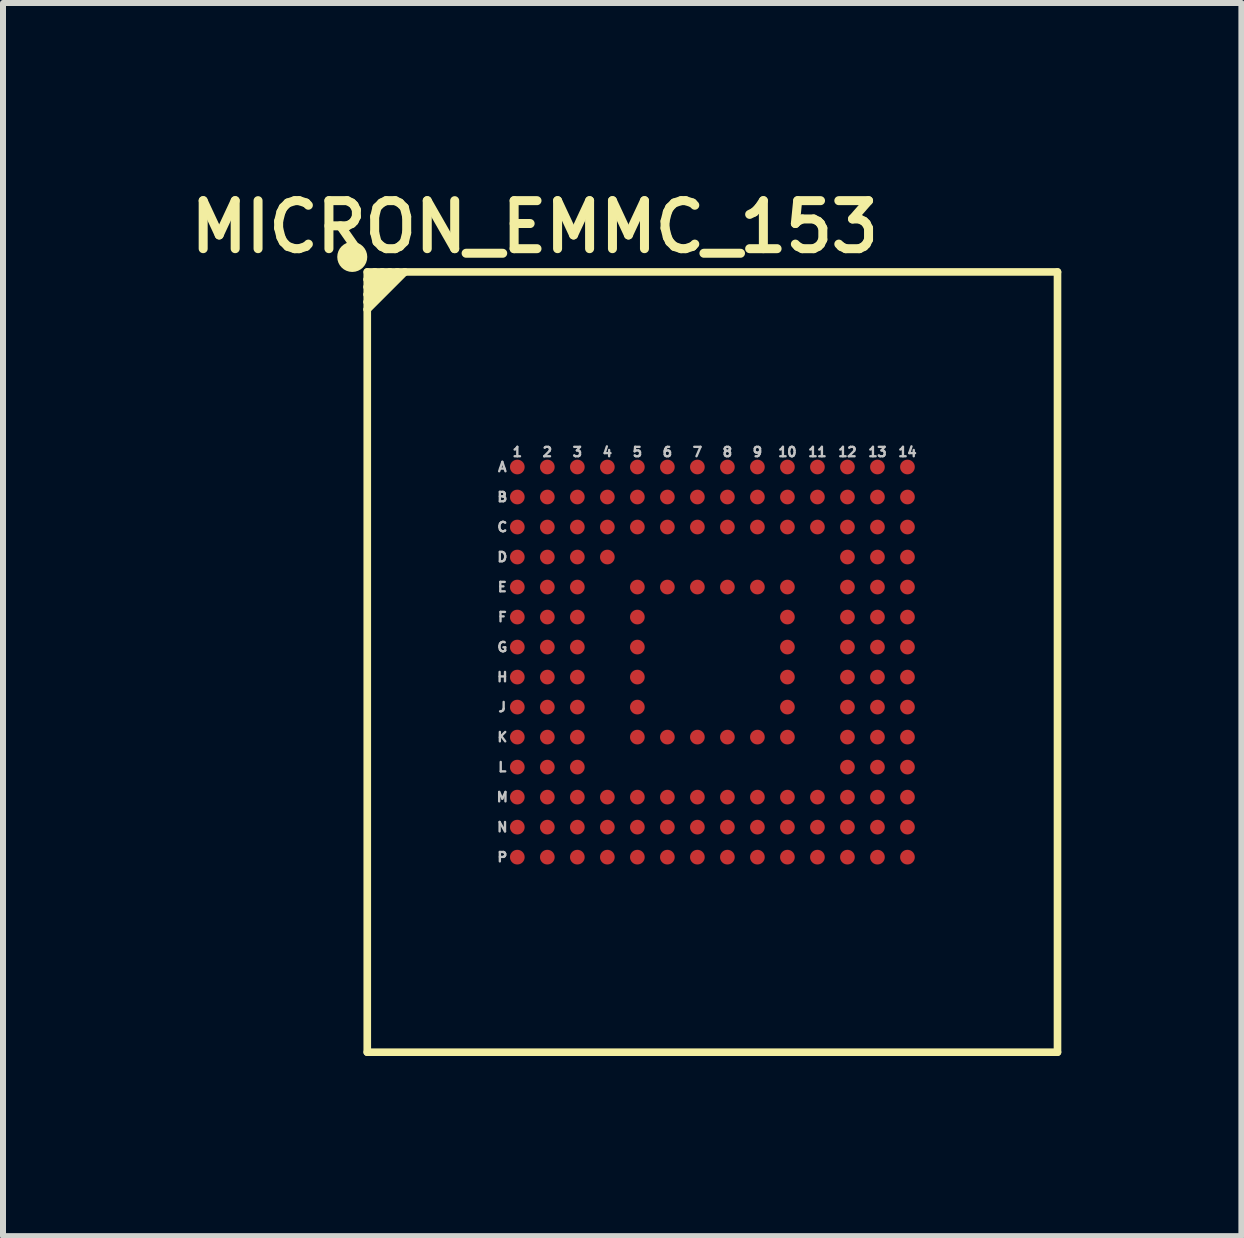
<source format=kicad_pcb>
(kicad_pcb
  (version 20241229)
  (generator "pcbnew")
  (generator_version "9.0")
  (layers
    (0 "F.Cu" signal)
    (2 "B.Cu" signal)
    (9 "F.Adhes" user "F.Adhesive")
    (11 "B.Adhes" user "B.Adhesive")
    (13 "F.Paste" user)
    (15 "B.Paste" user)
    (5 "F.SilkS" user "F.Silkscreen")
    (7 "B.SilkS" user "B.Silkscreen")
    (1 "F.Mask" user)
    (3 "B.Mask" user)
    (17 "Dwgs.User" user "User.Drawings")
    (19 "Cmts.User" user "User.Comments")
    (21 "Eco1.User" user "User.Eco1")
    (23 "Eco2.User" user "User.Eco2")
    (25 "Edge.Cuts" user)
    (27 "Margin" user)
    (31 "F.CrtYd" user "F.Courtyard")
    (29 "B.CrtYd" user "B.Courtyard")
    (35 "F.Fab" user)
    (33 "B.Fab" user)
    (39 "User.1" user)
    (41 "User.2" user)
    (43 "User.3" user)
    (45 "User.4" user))
  (footprint "MICRON_EMMC_153"
    (layer "F.Cu")
    (at 8.819 7.981)
    (property "Reference" "MICRON_EMMC_153" (at -2.96 -7.25 0) (layer "F.SilkS") (effects (font (size 0.8 0.8) (thickness 0.15))))
    (attr smd)
    (fp_line (start -5.75 -6.5) (end -5.75 -6.375) (stroke (width 0.127) (type solid)) (layer "F.SilkS"))
    (fp_line (start -5.75 -6.375) (end -5.75 -6.25) (stroke (width 0.127) (type solid)) (layer "F.SilkS"))
    (fp_line (start -5.75 -6.375) (end -5.625 -6.5) (stroke (width 0.127) (type solid)) (layer "F.SilkS"))
    (fp_line (start -5.75 -6.25) (end -5.75 -6.125) (stroke (width 0.127) (type solid)) (layer "F.SilkS"))
    (fp_line (start -5.75 -6.25) (end -5.5 -6.5) (stroke (width 0.127) (type solid)) (layer "F.SilkS"))
    (fp_line (start -5.75 -6.125) (end -5.75 -6) (stroke (width 0.127) (type solid)) (layer "F.SilkS"))
    (fp_line (start -5.75 -6.125) (end -5.375 -6.5) (stroke (width 0.127) (type solid)) (layer "F.SilkS"))
    (fp_line (start -5.75 -6) (end -5.75 -5.875) (stroke (width 0.127) (type solid)) (layer "F.SilkS"))
    (fp_line (start -5.75 -6) (end -5.25 -6.5) (stroke (width 0.127) (type solid)) (layer "F.SilkS"))
    (fp_line (start -5.75 -5.875) (end -5.75 6.5) (stroke (width 0.127) (type solid)) (layer "F.SilkS"))
    (fp_line (start -5.75 -5.875) (end -5.125 -6.5) (stroke (width 0.127) (type solid)) (layer "F.SilkS"))
    (fp_line (start -5.75 6.5) (end 5.75 6.5) (stroke (width 0.127) (type solid)) (layer "F.SilkS"))
    (fp_line (start -5.625 -6.5) (end -5.75 -6.5) (stroke (width 0.127) (type solid)) (layer "F.SilkS"))
    (fp_line (start -5.5 -6.5) (end -5.625 -6.5) (stroke (width 0.127) (type solid)) (layer "F.SilkS"))
    (fp_line (start -5.375 -6.5) (end -5.5 -6.5) (stroke (width 0.127) (type solid)) (layer "F.SilkS"))
    (fp_line (start -5.25 -6.5) (end -5.375 -6.5) (stroke (width 0.127) (type solid)) (layer "F.SilkS"))
    (fp_line (start -5.125 -6.5) (end -5.25 -6.5) (stroke (width 0.127) (type solid)) (layer "F.SilkS"))
    (fp_line (start 5.75 -6.5) (end -5.125 -6.5) (stroke (width 0.127) (type solid)) (layer "F.SilkS"))
    (fp_line (start 5.75 6.5) (end 5.75 -6.5) (stroke (width 0.127) (type solid)) (layer "F.SilkS"))
    (fp_circle (center -6 -6.75) (end -5.875 -6.75) (stroke (width 0.25) (type solid)) (fill no) (layer "F.SilkS"))
    (fp_text user "F" (at -3.5 -0.75 0) (layer "Dwgs.User") (effects (font (size 0.157 0.157) (thickness 0.15))))
    (fp_text user "3" (at -2.25 -3.5 0) (layer "Dwgs.User") (effects (font (size 0.157 0.157) (thickness 0.15))))
    (fp_text user "B" (at -3.5 -2.75 0) (layer "Dwgs.User") (effects (font (size 0.157 0.157) (thickness 0.15))))
    (fp_text user "E" (at -3.5 -1.25 0) (layer "Dwgs.User") (effects (font (size 0.157 0.157) (thickness 0.15))))
    (fp_text user "N" (at -3.5 2.75 0) (layer "Dwgs.User") (effects (font (size 0.157 0.157) (thickness 0.15))))
    (fp_text user "L" (at -3.5 1.75 0) (layer "Dwgs.User") (effects (font (size 0.157 0.157) (thickness 0.15))))
    (fp_text user "1" (at -3.25 -3.5 0) (layer "Dwgs.User") (effects (font (size 0.157 0.157) (thickness 0.15))))
    (fp_text user "C" (at -3.5 -2.25 0) (layer "Dwgs.User") (effects (font (size 0.157 0.157) (thickness 0.15))))
    (fp_text user "P" (at -3.5 3.25 0) (layer "Dwgs.User") (effects (font (size 0.157 0.157) (thickness 0.15))))
    (fp_text user "11" (at 1.75 -3.5 0) (layer "Dwgs.User") (effects (font (size 0.157 0.157) (thickness 0.15))))
    (fp_text user "5" (at -1.25 -3.5 0) (layer "Dwgs.User") (effects (font (size 0.157 0.157) (thickness 0.15))))
    (fp_text user "M" (at -3.5 2.25 0) (layer "Dwgs.User") (effects (font (size 0.157 0.157) (thickness 0.15))))
    (fp_text user "G" (at -3.5 -0.25 0) (layer "Dwgs.User") (effects (font (size 0.157 0.157) (thickness 0.15))))
    (fp_text user "A" (at -3.5 -3.25 0) (layer "Dwgs.User") (effects (font (size 0.157 0.157) (thickness 0.15))))
    (fp_text user "13" (at 2.75 -3.5 0) (layer "Dwgs.User") (effects (font (size 0.157 0.157) (thickness 0.15))))
    (fp_text user "9" (at 0.75 -3.5 0) (layer "Dwgs.User") (effects (font (size 0.157 0.157) (thickness 0.15))))
    (fp_text user "4" (at -1.75 -3.5 0) (layer "Dwgs.User") (effects (font (size 0.157 0.157) (thickness 0.15))))
    (fp_text user "7" (at -0.25 -3.5 0) (layer "Dwgs.User") (effects (font (size 0.157 0.157) (thickness 0.15))))
    (fp_text user "J" (at -3.5 0.75 0) (layer "Dwgs.User") (effects (font (size 0.157 0.157) (thickness 0.15))))
    (fp_text user "K" (at -3.5 1.25 0) (layer "Dwgs.User") (effects (font (size 0.157 0.157) (thickness 0.15))))
    (fp_text user "2" (at -2.75 -3.5 0) (layer "Dwgs.User") (effects (font (size 0.157 0.157) (thickness 0.15))))
    (fp_text user "6" (at -0.75 -3.5 0) (layer "Dwgs.User") (effects (font (size 0.157 0.157) (thickness 0.15))))
    (fp_text user "8" (at 0.25 -3.5 0) (layer "Dwgs.User") (effects (font (size 0.157 0.157) (thickness 0.15))))
    (fp_text user "14" (at 3.25 -3.5 0) (layer "Dwgs.User") (effects (font (size 0.157 0.157) (thickness 0.15))))
    (fp_text user "H" (at -3.5 0.25 0) (layer "Dwgs.User") (effects (font (size 0.157 0.157) (thickness 0.15))))
    (fp_text user "12" (at 2.25 -3.5 0) (layer "Dwgs.User") (effects (font (size 0.157 0.157) (thickness 0.15))))
    (fp_text user "10" (at 1.25 -3.5 0) (layer "Dwgs.User") (effects (font (size 0.157 0.157) (thickness 0.15))))
    (fp_text user "D" (at -3.5 -1.75 0) (layer "Dwgs.User") (effects (font (size 0.157 0.157) (thickness 0.15))))
    (pad "A1" smd circle (at -3.25 -3.25) (size 0.245 0.245) (layers "F.Cu" "F.Mask" "F.Paste"))
    (pad "A2" smd circle (at -2.75 -3.25) (size 0.245 0.245) (layers "F.Cu" "F.Mask" "F.Paste"))
    (pad "A3" smd circle (at -2.25 -3.25) (size 0.245 0.245) (layers "F.Cu" "F.Mask" "F.Paste"))
    (pad "A4" smd circle (at -1.75 -3.25) (size 0.245 0.245) (layers "F.Cu" "F.Mask" "F.Paste"))
    (pad "A5" smd circle (at -1.25 -3.25) (size 0.245 0.245) (layers "F.Cu" "F.Mask" "F.Paste"))
    (pad "A6" smd circle (at -0.75 -3.25) (size 0.245 0.245) (layers "F.Cu" "F.Mask" "F.Paste"))
    (pad "A7" smd circle (at -0.25 -3.25) (size 0.245 0.245) (layers "F.Cu" "F.Mask" "F.Paste"))
    (pad "A8" smd circle (at 0.25 -3.25) (size 0.245 0.245) (layers "F.Cu" "F.Mask" "F.Paste"))
    (pad "A9" smd circle (at 0.75 -3.25) (size 0.245 0.245) (layers "F.Cu" "F.Mask" "F.Paste"))
    (pad "A10" smd circle (at 1.25 -3.25) (size 0.245 0.245) (layers "F.Cu" "F.Mask" "F.Paste"))
    (pad "A11" smd circle (at 1.75 -3.25) (size 0.245 0.245) (layers "F.Cu" "F.Mask" "F.Paste"))
    (pad "A12" smd circle (at 2.25 -3.25) (size 0.245 0.245) (layers "F.Cu" "F.Mask" "F.Paste"))
    (pad "A13" smd circle (at 2.75 -3.25) (size 0.245 0.245) (layers "F.Cu" "F.Mask" "F.Paste"))
    (pad "A14" smd circle (at 3.25 -3.25) (size 0.245 0.245) (layers "F.Cu" "F.Mask" "F.Paste"))
    (pad "B1" smd circle (at -3.25 -2.75) (size 0.245 0.245) (layers "F.Cu" "F.Mask" "F.Paste"))
    (pad "B2" smd circle (at -2.75 -2.75) (size 0.245 0.245) (layers "F.Cu" "F.Mask" "F.Paste"))
    (pad "B3" smd circle (at -2.25 -2.75) (size 0.245 0.245) (layers "F.Cu" "F.Mask" "F.Paste"))
    (pad "B4" smd circle (at -1.75 -2.75) (size 0.245 0.245) (layers "F.Cu" "F.Mask" "F.Paste"))
    (pad "B5" smd circle (at -1.25 -2.75) (size 0.245 0.245) (layers "F.Cu" "F.Mask" "F.Paste"))
    (pad "B6" smd circle (at -0.75 -2.75) (size 0.245 0.245) (layers "F.Cu" "F.Mask" "F.Paste"))
    (pad "B7" smd circle (at -0.25 -2.75) (size 0.245 0.245) (layers "F.Cu" "F.Mask" "F.Paste"))
    (pad "B8" smd circle (at 0.25 -2.75) (size 0.245 0.245) (layers "F.Cu" "F.Mask" "F.Paste"))
    (pad "B9" smd circle (at 0.75 -2.75) (size 0.245 0.245) (layers "F.Cu" "F.Mask" "F.Paste"))
    (pad "B10" smd circle (at 1.25 -2.75) (size 0.245 0.245) (layers "F.Cu" "F.Mask" "F.Paste"))
    (pad "B11" smd circle (at 1.75 -2.75) (size 0.245 0.245) (layers "F.Cu" "F.Mask" "F.Paste"))
    (pad "B12" smd circle (at 2.25 -2.75) (size 0.245 0.245) (layers "F.Cu" "F.Mask" "F.Paste"))
    (pad "B13" smd circle (at 2.75 -2.75) (size 0.245 0.245) (layers "F.Cu" "F.Mask" "F.Paste"))
    (pad "B14" smd circle (at 3.25 -2.75) (size 0.245 0.245) (layers "F.Cu" "F.Mask" "F.Paste"))
    (pad "C1" smd circle (at -3.25 -2.25) (size 0.245 0.245) (layers "F.Cu" "F.Mask" "F.Paste"))
    (pad "C2" smd circle (at -2.75 -2.25) (size 0.245 0.245) (layers "F.Cu" "F.Mask" "F.Paste"))
    (pad "C3" smd circle (at -2.25 -2.25) (size 0.245 0.245) (layers "F.Cu" "F.Mask" "F.Paste"))
    (pad "C4" smd circle (at -1.75 -2.25) (size 0.245 0.245) (layers "F.Cu" "F.Mask" "F.Paste"))
    (pad "C5" smd circle (at -1.25 -2.25) (size 0.245 0.245) (layers "F.Cu" "F.Mask" "F.Paste"))
    (pad "C6" smd circle (at -0.75 -2.25) (size 0.245 0.245) (layers "F.Cu" "F.Mask" "F.Paste"))
    (pad "C7" smd circle (at -0.25 -2.25) (size 0.245 0.245) (layers "F.Cu" "F.Mask" "F.Paste"))
    (pad "C8" smd circle (at 0.25 -2.25) (size 0.245 0.245) (layers "F.Cu" "F.Mask" "F.Paste"))
    (pad "C9" smd circle (at 0.75 -2.25) (size 0.245 0.245) (layers "F.Cu" "F.Mask" "F.Paste"))
    (pad "C10" smd circle (at 1.25 -2.25) (size 0.245 0.245) (layers "F.Cu" "F.Mask" "F.Paste"))
    (pad "C11" smd circle (at 1.75 -2.25) (size 0.245 0.245) (layers "F.Cu" "F.Mask" "F.Paste"))
    (pad "C12" smd circle (at 2.25 -2.25) (size 0.245 0.245) (layers "F.Cu" "F.Mask" "F.Paste"))
    (pad "C13" smd circle (at 2.75 -2.25) (size 0.245 0.245) (layers "F.Cu" "F.Mask" "F.Paste"))
    (pad "C14" smd circle (at 3.25 -2.25) (size 0.245 0.245) (layers "F.Cu" "F.Mask" "F.Paste"))
    (pad "D1" smd circle (at -3.25 -1.75) (size 0.245 0.245) (layers "F.Cu" "F.Mask" "F.Paste"))
    (pad "D2" smd circle (at -2.75 -1.75) (size 0.245 0.245) (layers "F.Cu" "F.Mask" "F.Paste"))
    (pad "D3" smd circle (at -2.25 -1.75) (size 0.245 0.245) (layers "F.Cu" "F.Mask" "F.Paste"))
    (pad "D4" smd circle (at -1.75 -1.75) (size 0.245 0.245) (layers "F.Cu" "F.Mask" "F.Paste"))
    (pad "D12" smd circle (at 2.25 -1.75) (size 0.245 0.245) (layers "F.Cu" "F.Mask" "F.Paste"))
    (pad "D13" smd circle (at 2.75 -1.75) (size 0.245 0.245) (layers "F.Cu" "F.Mask" "F.Paste"))
    (pad "D14" smd circle (at 3.25 -1.75) (size 0.245 0.245) (layers "F.Cu" "F.Mask" "F.Paste"))
    (pad "E1" smd circle (at -3.25 -1.25) (size 0.245 0.245) (layers "F.Cu" "F.Mask" "F.Paste"))
    (pad "E2" smd circle (at -2.75 -1.25) (size 0.245 0.245) (layers "F.Cu" "F.Mask" "F.Paste"))
    (pad "E3" smd circle (at -2.25 -1.25) (size 0.245 0.245) (layers "F.Cu" "F.Mask" "F.Paste"))
    (pad "E5" smd circle (at -1.25 -1.25) (size 0.245 0.245) (layers "F.Cu" "F.Mask" "F.Paste"))
    (pad "E6" smd circle (at -0.75 -1.25) (size 0.245 0.245) (layers "F.Cu" "F.Mask" "F.Paste"))
    (pad "E7" smd circle (at -0.25 -1.25) (size 0.245 0.245) (layers "F.Cu" "F.Mask" "F.Paste"))
    (pad "E8" smd circle (at 0.25 -1.25) (size 0.245 0.245) (layers "F.Cu" "F.Mask" "F.Paste"))
    (pad "E9" smd circle (at 0.75 -1.25) (size 0.245 0.245) (layers "F.Cu" "F.Mask" "F.Paste"))
    (pad "E10" smd circle (at 1.25 -1.25) (size 0.245 0.245) (layers "F.Cu" "F.Mask" "F.Paste"))
    (pad "E12" smd circle (at 2.25 -1.25) (size 0.245 0.245) (layers "F.Cu" "F.Mask" "F.Paste"))
    (pad "E13" smd circle (at 2.75 -1.25) (size 0.245 0.245) (layers "F.Cu" "F.Mask" "F.Paste"))
    (pad "E14" smd circle (at 3.25 -1.25) (size 0.245 0.245) (layers "F.Cu" "F.Mask" "F.Paste"))
    (pad "F1" smd circle (at -3.25 -0.75) (size 0.245 0.245) (layers "F.Cu" "F.Mask" "F.Paste"))
    (pad "F2" smd circle (at -2.75 -0.75) (size 0.245 0.245) (layers "F.Cu" "F.Mask" "F.Paste"))
    (pad "F3" smd circle (at -2.25 -0.75) (size 0.245 0.245) (layers "F.Cu" "F.Mask" "F.Paste"))
    (pad "F5" smd circle (at -1.25 -0.75) (size 0.245 0.245) (layers "F.Cu" "F.Mask" "F.Paste"))
    (pad "F10" smd circle (at 1.25 -0.75) (size 0.245 0.245) (layers "F.Cu" "F.Mask" "F.Paste"))
    (pad "F12" smd circle (at 2.25 -0.75) (size 0.245 0.245) (layers "F.Cu" "F.Mask" "F.Paste"))
    (pad "F13" smd circle (at 2.75 -0.75) (size 0.245 0.245) (layers "F.Cu" "F.Mask" "F.Paste"))
    (pad "F14" smd circle (at 3.25 -0.75) (size 0.245 0.245) (layers "F.Cu" "F.Mask" "F.Paste"))
    (pad "G1" smd circle (at -3.25 -0.25) (size 0.245 0.245) (layers "F.Cu" "F.Mask" "F.Paste"))
    (pad "G2" smd circle (at -2.75 -0.25) (size 0.245 0.245) (layers "F.Cu" "F.Mask" "F.Paste"))
    (pad "G3" smd circle (at -2.25 -0.25) (size 0.245 0.245) (layers "F.Cu" "F.Mask" "F.Paste"))
    (pad "G5" smd circle (at -1.25 -0.25) (size 0.245 0.245) (layers "F.Cu" "F.Mask" "F.Paste"))
    (pad "G10" smd circle (at 1.25 -0.25) (size 0.245 0.245) (layers "F.Cu" "F.Mask" "F.Paste"))
    (pad "G12" smd circle (at 2.25 -0.25) (size 0.245 0.245) (layers "F.Cu" "F.Mask" "F.Paste"))
    (pad "G13" smd circle (at 2.75 -0.25) (size 0.245 0.245) (layers "F.Cu" "F.Mask" "F.Paste"))
    (pad "G14" smd circle (at 3.25 -0.25) (size 0.245 0.245) (layers "F.Cu" "F.Mask" "F.Paste"))
    (pad "H1" smd circle (at -3.25 0.25) (size 0.245 0.245) (layers "F.Cu" "F.Mask" "F.Paste"))
    (pad "H2" smd circle (at -2.75 0.25) (size 0.245 0.245) (layers "F.Cu" "F.Mask" "F.Paste"))
    (pad "H3" smd circle (at -2.25 0.25) (size 0.245 0.245) (layers "F.Cu" "F.Mask" "F.Paste"))
    (pad "H5" smd circle (at -1.25 0.25) (size 0.245 0.245) (layers "F.Cu" "F.Mask" "F.Paste"))
    (pad "H10" smd circle (at 1.25 0.25) (size 0.245 0.245) (layers "F.Cu" "F.Mask" "F.Paste"))
    (pad "H12" smd circle (at 2.25 0.25) (size 0.245 0.245) (layers "F.Cu" "F.Mask" "F.Paste"))
    (pad "H13" smd circle (at 2.75 0.25) (size 0.245 0.245) (layers "F.Cu" "F.Mask" "F.Paste"))
    (pad "H14" smd circle (at 3.25 0.25) (size 0.245 0.245) (layers "F.Cu" "F.Mask" "F.Paste"))
    (pad "J1" smd circle (at -3.25 0.75) (size 0.245 0.245) (layers "F.Cu" "F.Mask" "F.Paste"))
    (pad "J2" smd circle (at -2.75 0.75) (size 0.245 0.245) (layers "F.Cu" "F.Mask" "F.Paste"))
    (pad "J3" smd circle (at -2.25 0.75) (size 0.245 0.245) (layers "F.Cu" "F.Mask" "F.Paste"))
    (pad "J5" smd circle (at -1.25 0.75) (size 0.245 0.245) (layers "F.Cu" "F.Mask" "F.Paste"))
    (pad "J10" smd circle (at 1.25 0.75) (size 0.245 0.245) (layers "F.Cu" "F.Mask" "F.Paste"))
    (pad "J12" smd circle (at 2.25 0.75) (size 0.245 0.245) (layers "F.Cu" "F.Mask" "F.Paste"))
    (pad "J13" smd circle (at 2.75 0.75) (size 0.245 0.245) (layers "F.Cu" "F.Mask" "F.Paste"))
    (pad "J14" smd circle (at 3.25 0.75) (size 0.245 0.245) (layers "F.Cu" "F.Mask" "F.Paste"))
    (pad "K1" smd circle (at -3.25 1.25) (size 0.245 0.245) (layers "F.Cu" "F.Mask" "F.Paste"))
    (pad "K2" smd circle (at -2.75 1.25) (size 0.245 0.245) (layers "F.Cu" "F.Mask" "F.Paste"))
    (pad "K3" smd circle (at -2.25 1.25) (size 0.245 0.245) (layers "F.Cu" "F.Mask" "F.Paste"))
    (pad "K5" smd circle (at -1.25 1.25) (size 0.245 0.245) (layers "F.Cu" "F.Mask" "F.Paste"))
    (pad "K6" smd circle (at -0.75 1.25) (size 0.245 0.245) (layers "F.Cu" "F.Mask" "F.Paste"))
    (pad "K7" smd circle (at -0.25 1.25) (size 0.245 0.245) (layers "F.Cu" "F.Mask" "F.Paste"))
    (pad "K8" smd circle (at 0.25 1.25) (size 0.245 0.245) (layers "F.Cu" "F.Mask" "F.Paste"))
    (pad "K9" smd circle (at 0.75 1.25) (size 0.245 0.245) (layers "F.Cu" "F.Mask" "F.Paste"))
    (pad "K10" smd circle (at 1.25 1.25) (size 0.245 0.245) (layers "F.Cu" "F.Mask" "F.Paste"))
    (pad "K12" smd circle (at 2.25 1.25) (size 0.245 0.245) (layers "F.Cu" "F.Mask" "F.Paste"))
    (pad "K13" smd circle (at 2.75 1.25) (size 0.245 0.245) (layers "F.Cu" "F.Mask" "F.Paste"))
    (pad "K14" smd circle (at 3.25 1.25) (size 0.245 0.245) (layers "F.Cu" "F.Mask" "F.Paste"))
    (pad "L1" smd circle (at -3.25 1.75) (size 0.245 0.245) (layers "F.Cu" "F.Mask" "F.Paste"))
    (pad "L2" smd circle (at -2.75 1.75) (size 0.245 0.245) (layers "F.Cu" "F.Mask" "F.Paste"))
    (pad "L3" smd circle (at -2.25 1.75) (size 0.245 0.245) (layers "F.Cu" "F.Mask" "F.Paste"))
    (pad "L12" smd circle (at 2.25 1.75) (size 0.245 0.245) (layers "F.Cu" "F.Mask" "F.Paste"))
    (pad "L13" smd circle (at 2.75 1.75) (size 0.245 0.245) (layers "F.Cu" "F.Mask" "F.Paste"))
    (pad "L14" smd circle (at 3.25 1.75) (size 0.245 0.245) (layers "F.Cu" "F.Mask" "F.Paste"))
    (pad "M1" smd circle (at -3.25 2.25) (size 0.245 0.245) (layers "F.Cu" "F.Mask" "F.Paste"))
    (pad "M2" smd circle (at -2.75 2.25) (size 0.245 0.245) (layers "F.Cu" "F.Mask" "F.Paste"))
    (pad "M3" smd circle (at -2.25 2.25) (size 0.245 0.245) (layers "F.Cu" "F.Mask" "F.Paste"))
    (pad "M4" smd circle (at -1.75 2.25) (size 0.245 0.245) (layers "F.Cu" "F.Mask" "F.Paste"))
    (pad "M5" smd circle (at -1.25 2.25) (size 0.245 0.245) (layers "F.Cu" "F.Mask" "F.Paste"))
    (pad "M6" smd circle (at -0.75 2.25) (size 0.245 0.245) (layers "F.Cu" "F.Mask" "F.Paste"))
    (pad "M7" smd circle (at -0.25 2.25) (size 0.245 0.245) (layers "F.Cu" "F.Mask" "F.Paste"))
    (pad "M8" smd circle (at 0.25 2.25) (size 0.245 0.245) (layers "F.Cu" "F.Mask" "F.Paste"))
    (pad "M9" smd circle (at 0.75 2.25) (size 0.245 0.245) (layers "F.Cu" "F.Mask" "F.Paste"))
    (pad "M10" smd circle (at 1.25 2.25) (size 0.245 0.245) (layers "F.Cu" "F.Mask" "F.Paste"))
    (pad "M11" smd circle (at 1.75 2.25) (size 0.245 0.245) (layers "F.Cu" "F.Mask" "F.Paste"))
    (pad "M12" smd circle (at 2.25 2.25) (size 0.245 0.245) (layers "F.Cu" "F.Mask" "F.Paste"))
    (pad "M13" smd circle (at 2.75 2.25) (size 0.245 0.245) (layers "F.Cu" "F.Mask" "F.Paste"))
    (pad "M14" smd circle (at 3.25 2.25) (size 0.245 0.245) (layers "F.Cu" "F.Mask" "F.Paste"))
    (pad "N1" smd circle (at -3.25 2.75) (size 0.245 0.245) (layers "F.Cu" "F.Mask" "F.Paste"))
    (pad "N2" smd circle (at -2.75 2.75) (size 0.245 0.245) (layers "F.Cu" "F.Mask" "F.Paste"))
    (pad "N3" smd circle (at -2.25 2.75) (size 0.245 0.245) (layers "F.Cu" "F.Mask" "F.Paste"))
    (pad "N4" smd circle (at -1.75 2.75) (size 0.245 0.245) (layers "F.Cu" "F.Mask" "F.Paste"))
    (pad "N5" smd circle (at -1.25 2.75) (size 0.245 0.245) (layers "F.Cu" "F.Mask" "F.Paste"))
    (pad "N6" smd circle (at -0.75 2.75) (size 0.245 0.245) (layers "F.Cu" "F.Mask" "F.Paste"))
    (pad "N7" smd circle (at -0.25 2.75) (size 0.245 0.245) (layers "F.Cu" "F.Mask" "F.Paste"))
    (pad "N8" smd circle (at 0.25 2.75) (size 0.245 0.245) (layers "F.Cu" "F.Mask" "F.Paste"))
    (pad "N9" smd circle (at 0.75 2.75) (size 0.245 0.245) (layers "F.Cu" "F.Mask" "F.Paste"))
    (pad "N10" smd circle (at 1.25 2.75) (size 0.245 0.245) (layers "F.Cu" "F.Mask" "F.Paste"))
    (pad "N11" smd circle (at 1.75 2.75) (size 0.245 0.245) (layers "F.Cu" "F.Mask" "F.Paste"))
    (pad "N12" smd circle (at 2.25 2.75) (size 0.245 0.245) (layers "F.Cu" "F.Mask" "F.Paste"))
    (pad "N13" smd circle (at 2.75 2.75) (size 0.245 0.245) (layers "F.Cu" "F.Mask" "F.Paste"))
    (pad "N14" smd circle (at 3.25 2.75) (size 0.245 0.245) (layers "F.Cu" "F.Mask" "F.Paste"))
    (pad "P1" smd circle (at -3.25 3.25) (size 0.245 0.245) (layers "F.Cu" "F.Mask" "F.Paste"))
    (pad "P2" smd circle (at -2.75 3.25) (size 0.245 0.245) (layers "F.Cu" "F.Mask" "F.Paste"))
    (pad "P3" smd circle (at -2.25 3.25) (size 0.245 0.245) (layers "F.Cu" "F.Mask" "F.Paste"))
    (pad "P4" smd circle (at -1.75 3.25) (size 0.245 0.245) (layers "F.Cu" "F.Mask" "F.Paste"))
    (pad "P5" smd circle (at -1.25 3.25) (size 0.245 0.245) (layers "F.Cu" "F.Mask" "F.Paste"))
    (pad "P6" smd circle (at -0.75 3.25) (size 0.245 0.245) (layers "F.Cu" "F.Mask" "F.Paste"))
    (pad "P7" smd circle (at -0.25 3.25) (size 0.245 0.245) (layers "F.Cu" "F.Mask" "F.Paste"))
    (pad "P8" smd circle (at 0.25 3.25) (size 0.245 0.245) (layers "F.Cu" "F.Mask" "F.Paste"))
    (pad "P9" smd circle (at 0.75 3.25) (size 0.245 0.245) (layers "F.Cu" "F.Mask" "F.Paste"))
    (pad "P10" smd circle (at 1.25 3.25) (size 0.245 0.245) (layers "F.Cu" "F.Mask" "F.Paste"))
    (pad "P11" smd circle (at 1.75 3.25) (size 0.245 0.245) (layers "F.Cu" "F.Mask" "F.Paste"))
    (pad "P12" smd circle (at 2.25 3.25) (size 0.245 0.245) (layers "F.Cu" "F.Mask" "F.Paste"))
    (pad "P13" smd circle (at 2.75 3.25) (size 0.245 0.245) (layers "F.Cu" "F.Mask" "F.Paste"))
    (pad "P14" smd circle (at 3.25 3.25) (size 0.245 0.245) (layers "F.Cu" "F.Mask" "F.Paste")))
  (gr_rect
    (start -3 -3)
    (end 17.633 17.545)
    (stroke (width 0.1) (type default))
    (fill no)
    (layer "Edge.Cuts")))
</source>
